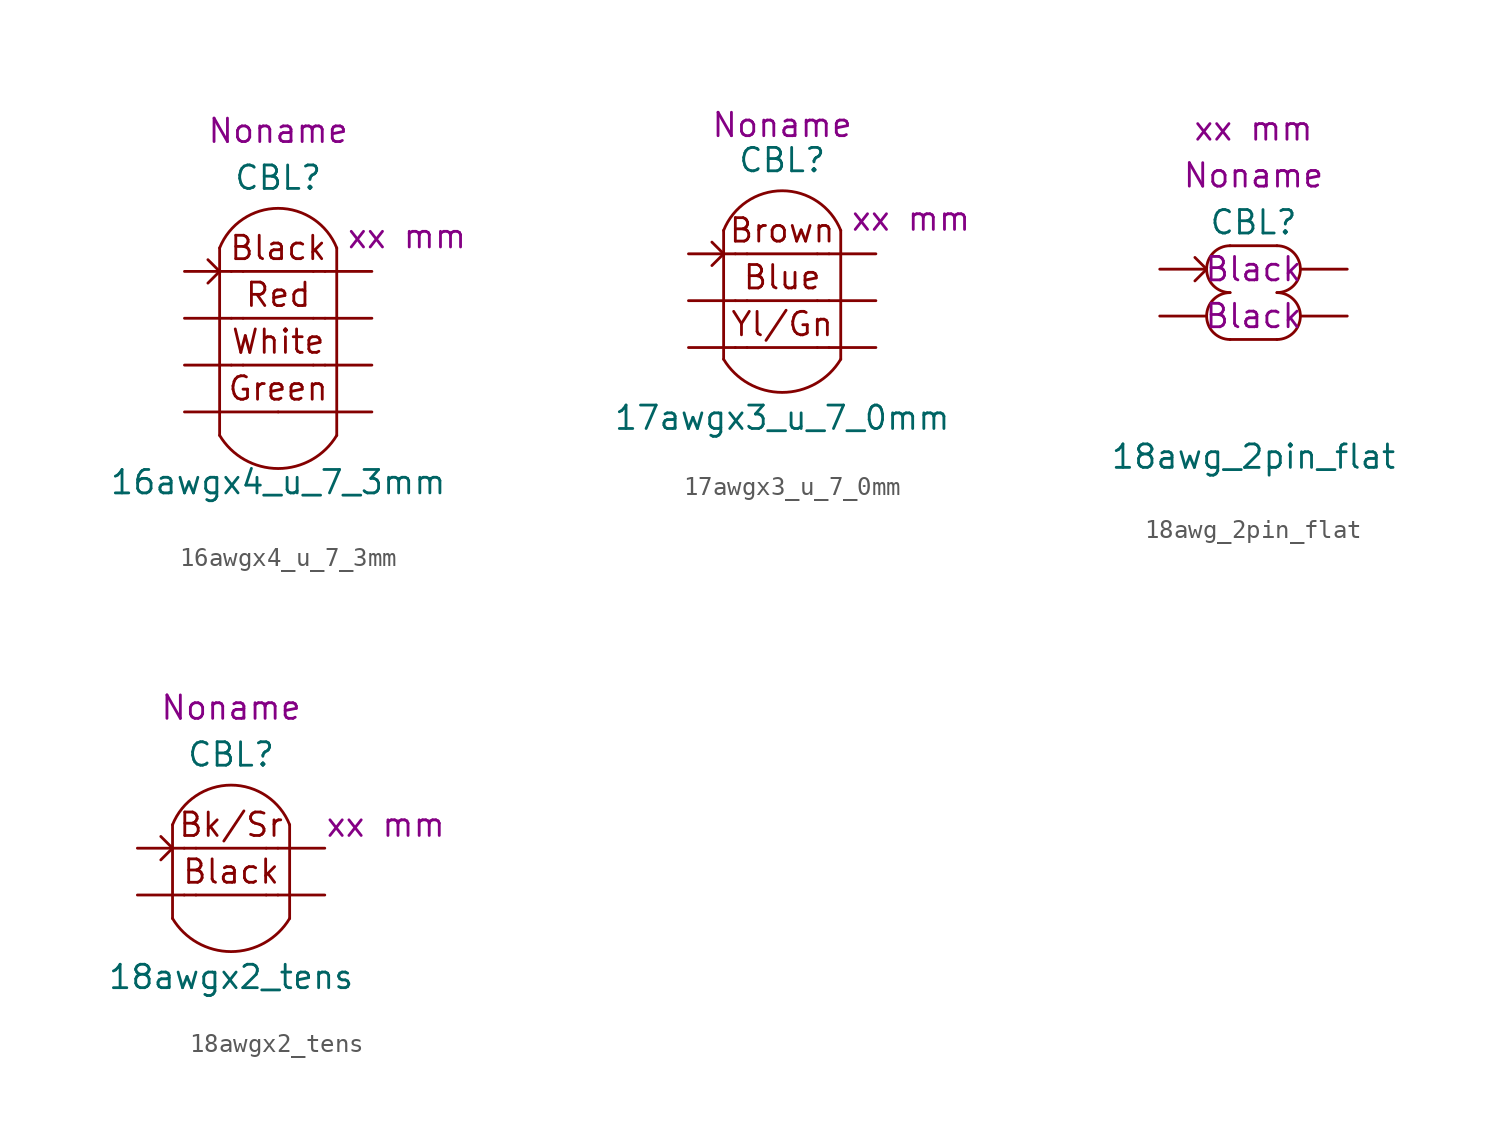
<source format=kicad_sym>
(kicad_symbol_lib
  (version 20211014)
  (generator kicad_symbol_editor)
  (symbol "16awgx4_u_7_3mm"
    (pin_numbers hide)
    (pin_names hide)
    (property "Reference" "CBL"
      (at 0 7.62 0)
      (effects (font (size 1.27 1.27))))
    (property "Value" "16awgx4_u_7_3mm"
      (at 0 -8.89 0)
      (effects (font (size 1.27 1.27))))
    (property "Length" "xx mm"
      (at 6.985 4.445 0)
      (effects (font (size 1.27 1.27))))
    (property "Harness_name" "Noname"
      (at 0 10.16 0)
      (effects (font (size 1.27 1.27))))
    (symbol "16awgx4_u_7_3mm_0_0"
      (arc (start -3.175 -6.35) (mid 0 -8.1477) (end 3.175 -6.35) (stroke (width 0) (type default) (color 0 0 0 0)) (fill (type none)))
      (polyline (pts (xy -3.175 3.81) (xy -3.175 -6.35)) (stroke (width 0) (type default) (color 0 0 0 0)) (fill (type none)))
      (polyline (pts (xy -1.905 -2.54) (xy 1.905 -2.54)) (stroke (width 0) (type default) (color 0 0 0 0)) (fill (type none)))
      (polyline (pts (xy -1.905 0) (xy 1.905 0)) (stroke (width 0) (type default) (color 0 0 0 0)) (fill (type none)))
      (polyline (pts (xy -1.905 2.54) (xy 1.905 2.54)) (stroke (width 0) (type default) (color 0 0 0 0)) (fill (type none)))
      (polyline (pts (xy 3.175 3.81) (xy 3.175 -6.35)) (stroke (width 0) (type default) (color 0 0 0 0)) (fill (type none)))
      (arc (start 3.175 3.81) (mid 0 5.9596) (end -3.175 3.81) (stroke (width 0) (type default) (color 0 0 0 0)) (fill (type none)))
      (text "Black" (at 0 3.81 0) (effects (font (size 1.27 1.27))))
      (text "Green" (at 0 -3.81 0) (effects (font (size 1.27 1.27))))
      (text "Red" (at 0 1.27 0) (effects (font (size 1.27 1.27))))
      (text "White" (at 0 -1.27 0) (effects (font (size 1.27 1.27))))
      (pin passive line (at -5.08 -5.08 0) (length 5.08) (name "C4.1" (effects (font (size 1.27 1.27)))) (number "7" (effects (font (size 1.27 1.27)))))
      (pin passive line (at 5.08 -5.08 180) (length 5.08) (name "C4.2" (effects (font (size 1.27 1.27)))) (number "8" (effects (font (size 1.27 1.27))))))
    (symbol "16awgx4_u_7_3mm_0_1"
      (polyline (pts (xy -1.905 -2.54) (xy -2.54 -2.54)) (stroke (width 0) (type default) (color 0 0 0 0)) (fill (type none)))
      (polyline (pts (xy -1.905 0) (xy -2.54 0)) (stroke (width 0) (type default) (color 0 0 0 0)) (fill (type none)))
      (polyline (pts (xy -1.905 2.54) (xy -2.54 2.54)) (stroke (width 0) (type default) (color 0 0 0 0)) (fill (type none)))
      (polyline (pts (xy 2.54 -2.54) (xy 1.905 -2.54)) (stroke (width 0) (type default) (color 0 0 0 0)) (fill (type none)))
      (polyline (pts (xy 2.54 0) (xy 1.905 0)) (stroke (width 0) (type default) (color 0 0 0 0)) (fill (type none)))
      (polyline (pts (xy 2.54 2.54) (xy 1.905 2.54)) (stroke (width 0) (type default) (color 0 0 0 0)) (fill (type none)))
      (polyline (pts (xy -3.81 3.175) (xy -3.175 2.54) (xy -3.81 1.905)) (stroke (width 0) (type default) (color 0 0 0 0)) (fill (type none))))
    (symbol "16awgx4_u_7_3mm_1_1"
      (pin passive line (at -5.08 2.54 0) (length 2.54) (name "C1.1" (effects (font (size 1.27 1.27)))) (number "1" (effects (font (size 1.27 1.27)))))
      (pin passive line (at 5.08 2.54 180) (length 2.54) (name "C1.2" (effects (font (size 1.27 1.27)))) (number "2" (effects (font (size 1.27 1.27)))))
      (pin passive line (at -5.08 0 0) (length 2.54) (name "C2.1" (effects (font (size 1.27 1.27)))) (number "3" (effects (font (size 1.27 1.27)))))
      (pin passive line (at 5.08 0 180) (length 2.54) (name "C2.2" (effects (font (size 1.27 1.27)))) (number "4" (effects (font (size 1.27 1.27)))))
      (pin passive line (at -5.08 -2.54 0) (length 2.54) (name "C3.1" (effects (font (size 1.27 1.27)))) (number "5" (effects (font (size 1.27 1.27)))))
      (pin passive line (at 5.08 -2.54 180) (length 2.54) (name "C3.2" (effects (font (size 1.27 1.27)))) (number "6" (effects (font (size 1.27 1.27)))))))
  (symbol "17awgx3_u_7_0mm"
    (pin_numbers hide)
    (pin_names hide)
    (property "Reference" "CBL"
      (at 0 7.62 0)
      (effects (font (size 1.27 1.27))))
    (property "Value" "17awgx3_u_7_0mm"
      (at 0 -6.35 0)
      (effects (font (size 1.27 1.27))))
    (property "Length" "xx mm"
      (at 6.985 4.445 0)
      (effects (font (size 1.27 1.27))))
    (property "Harness_name" "Noname"
      (at 0 9.525 0)
      (effects (font (size 1.27 1.27))))
    (symbol "17awgx3_u_7_0mm_0_0"
      (arc (start -3.175 -3.175) (mid 0 -4.9727) (end 3.175 -3.175) (stroke (width 0) (type default) (color 0 0 0 0)) (fill (type none)))
      (polyline (pts (xy -3.175 3.81) (xy -3.175 -3.175)) (stroke (width 0) (type default) (color 0 0 0 0)) (fill (type none)))
      (polyline (pts (xy -1.905 -2.54) (xy 1.905 -2.54)) (stroke (width 0) (type default) (color 0 0 0 0)) (fill (type none)))
      (polyline (pts (xy -1.905 0) (xy 1.905 0)) (stroke (width 0) (type default) (color 0 0 0 0)) (fill (type none)))
      (polyline (pts (xy -1.905 2.54) (xy 1.905 2.54)) (stroke (width 0) (type default) (color 0 0 0 0)) (fill (type none)))
      (polyline (pts (xy 3.175 3.81) (xy 3.175 -3.175)) (stroke (width 0) (type default) (color 0 0 0 0)) (fill (type none)))
      (arc (start 3.175 3.81) (mid 0 5.9596) (end -3.175 3.81) (stroke (width 0) (type default) (color 0 0 0 0)) (fill (type none)))
      (text "Blue" (at 0 1.27 0) (effects (font (size 1.27 1.27))))
      (text "Brown" (at 0 3.81 0) (effects (font (size 1.27 1.27))))
      (text "Yl/Gn" (at 0 -1.27 0) (effects (font (size 1.27 1.27)))))
    (symbol "17awgx3_u_7_0mm_0_1"
      (polyline (pts (xy -1.905 -2.54) (xy -2.54 -2.54)) (stroke (width 0) (type default) (color 0 0 0 0)) (fill (type none)))
      (polyline (pts (xy -1.905 0) (xy -2.54 0)) (stroke (width 0) (type default) (color 0 0 0 0)) (fill (type none)))
      (polyline (pts (xy -1.905 2.54) (xy -2.54 2.54)) (stroke (width 0) (type default) (color 0 0 0 0)) (fill (type none)))
      (polyline (pts (xy 2.54 -2.54) (xy 1.905 -2.54)) (stroke (width 0) (type default) (color 0 0 0 0)) (fill (type none)))
      (polyline (pts (xy 2.54 0) (xy 1.905 0)) (stroke (width 0) (type default) (color 0 0 0 0)) (fill (type none)))
      (polyline (pts (xy 2.54 2.54) (xy 1.905 2.54)) (stroke (width 0) (type default) (color 0 0 0 0)) (fill (type none)))
      (polyline (pts (xy -3.81 3.175) (xy -3.175 2.54) (xy -3.81 1.905)) (stroke (width 0) (type default) (color 0 0 0 0)) (fill (type none))))
    (symbol "17awgx3_u_7_0mm_1_1"
      (pin passive line (at -5.08 2.54 0) (length 2.54) (name "C1.1" (effects (font (size 1.27 1.27)))) (number "1" (effects (font (size 1.27 1.27)))))
      (pin passive line (at 5.08 2.54 180) (length 2.54) (name "C1.2" (effects (font (size 1.27 1.27)))) (number "2" (effects (font (size 1.27 1.27)))))
      (pin passive line (at -5.08 0 0) (length 2.54) (name "C2.1" (effects (font (size 1.27 1.27)))) (number "3" (effects (font (size 1.27 1.27)))))
      (pin passive line (at 5.08 0 180) (length 2.54) (name "C2.2" (effects (font (size 1.27 1.27)))) (number "4" (effects (font (size 1.27 1.27)))))
      (pin passive line (at -5.08 -2.54 0) (length 2.54) (name "C3.1" (effects (font (size 1.27 1.27)))) (number "5" (effects (font (size 1.27 1.27)))))
      (pin passive line (at 5.08 -2.54 180) (length 2.54) (name "C3.2" (effects (font (size 1.27 1.27)))) (number "6" (effects (font (size 1.27 1.27)))))))
  (symbol "18awg_2pin_flat"
    (pin_numbers hide)
    (pin_names hide)
    (property "Reference" "CBL"
      (at 0 13.97 0)
      (effects (font (size 1.27 1.27))))
    (property "Value" "18awg_2pin_flat"
      (at 0 1.27 0)
      (effects (font (size 1.27 1.27))))
    (property "color1" "Black"
      (at 0 11.43 0)
      (effects (font (size 1.27 1.27))))
    (property "color2" "Black"
      (at 0 8.89 0)
      (effects (font (size 1.27 1.27))))
    (property "Length" "xx mm"
      (at 0 19.05 0)
      (effects (font (size 1.27 1.27))))
    (property "Harness_name" "Noname"
      (at 0 16.51 0)
      (effects (font (size 1.27 1.27))))
    (symbol "18awg_2pin_flat_0_0"
      (arc (start -1.27 12.7) (mid -2.54 11.43) (end -1.27 10.16) (stroke (width 0) (type default) (color 0 0 0 0)) (fill (type none)))
      (polyline (pts (xy -1.27 7.62) (xy 1.27 7.62)) (stroke (width 0) (type default) (color 0 0 0 0)) (fill (type none)))
      (polyline (pts (xy -1.27 12.7) (xy 1.27 12.7)) (stroke (width 0) (type default) (color 0 0 0 0)) (fill (type none))))
    (symbol "18awg_2pin_flat_0_1"
      (polyline (pts (xy -3.175 12.065) (xy -2.54 11.43) (xy -3.175 10.795)) (stroke (width 0) (type default) (color 0 0 0 0)) (fill (type none))))
    (symbol "18awg_2pin_flat_1_1"
      (arc (start -1.27 10.16) (mid -2.54 8.89) (end -1.27 7.62) (stroke (width 0) (type default) (color 0 0 0 0)) (fill (type none)))
      (arc (start 1.27 7.62) (mid 2.54 8.89) (end 1.27 10.16) (stroke (width 0) (type default) (color 0 0 0 0)) (fill (type none)))
      (arc (start 1.27 10.16) (mid 2.54 11.43) (end 1.27 12.7) (stroke (width 0) (type default) (color 0 0 0 0)) (fill (type none)))
      (pin passive line (at -5.08 11.43 0) (length 2.54) (name "C1.1" (effects (font (size 1.27 1.27)))) (number "1" (effects (font (size 1.27 1.27)))))
      (pin passive line (at 5.08 11.43 180) (length 2.54) (name "C1.2" (effects (font (size 1.27 1.27)))) (number "2" (effects (font (size 1.27 1.27)))))
      (pin passive line (at -5.08 8.89 0) (length 2.54) (name "C2.1" (effects (font (size 1.27 1.27)))) (number "3" (effects (font (size 1.27 1.27)))))
      (pin passive line (at 5.08 8.89 180) (length 2.54) (name "C2.2" (effects (font (size 1.27 1.27)))) (number "4" (effects (font (size 1.27 1.27)))))))
  (symbol "18awgx2_tens"
    (pin_numbers hide)
    (pin_names hide)
    (property "Reference" "CBL"
      (at 0 7.62 0)
      (effects (font (size 1.27 1.27))))
    (property "Value" "18awgx2_tens"
      (at 0 -4.445 0)
      (effects (font (size 1.27 1.27))))
    (property "Length" "xx mm"
      (at 5.08 3.81 0)
      (effects (font (size 1.27 1.27)) (justify left)))
    (property "Harness_name" "Noname"
      (at 0 10.16 0)
      (effects (font (size 1.27 1.27))))
    (symbol "18awgx2_tens_0_0"
      (arc (start -3.175 -1.27) (mid 0 -3.0677) (end 3.175 -1.27) (stroke (width 0) (type default) (color 0 0 0 0)) (fill (type none)))
      (polyline (pts (xy -3.175 3.81) (xy -3.175 -1.27)) (stroke (width 0) (type default) (color 0 0 0 0)) (fill (type none)))
      (polyline (pts (xy -1.905 0) (xy 1.905 0)) (stroke (width 0) (type default) (color 0 0 0 0)) (fill (type none)))
      (polyline (pts (xy -1.905 2.54) (xy 1.905 2.54)) (stroke (width 0) (type default) (color 0 0 0 0)) (fill (type none)))
      (polyline (pts (xy 3.175 3.81) (xy 3.175 -1.27)) (stroke (width 0) (type default) (color 0 0 0 0)) (fill (type none)))
      (arc (start 3.175 3.81) (mid 0 5.9596) (end -3.175 3.81) (stroke (width 0) (type default) (color 0 0 0 0)) (fill (type none)))
      (text "Bk/Sr" (at 0 3.81 0) (effects (font (size 1.27 1.27))))
      (text "Black" (at 0 1.27 0) (effects (font (size 1.27 1.27)))))
    (symbol "18awgx2_tens_0_1"
      (polyline (pts (xy -1.905 0) (xy -2.54 0)) (stroke (width 0) (type default) (color 0 0 0 0)) (fill (type none)))
      (polyline (pts (xy -1.905 2.54) (xy -2.54 2.54)) (stroke (width 0) (type default) (color 0 0 0 0)) (fill (type none)))
      (polyline (pts (xy 2.54 0) (xy 1.905 0)) (stroke (width 0) (type default) (color 0 0 0 0)) (fill (type none)))
      (polyline (pts (xy 2.54 2.54) (xy 1.905 2.54)) (stroke (width 0) (type default) (color 0 0 0 0)) (fill (type none)))
      (polyline (pts (xy -3.81 3.175) (xy -3.175 2.54) (xy -3.81 1.905)) (stroke (width 0) (type default) (color 0 0 0 0)) (fill (type none))))
    (symbol "18awgx2_tens_1_1"
      (pin passive line (at -5.08 2.54 0) (length 2.54) (name "C1.1" (effects (font (size 1.27 1.27)))) (number "1" (effects (font (size 1.27 1.27)))))
      (pin passive line (at 5.08 2.54 180) (length 2.54) (name "C1.2" (effects (font (size 1.27 1.27)))) (number "2" (effects (font (size 1.27 1.27)))))
      (pin passive line (at -5.08 0 0) (length 2.54) (name "C2.1" (effects (font (size 1.27 1.27)))) (number "3" (effects (font (size 1.27 1.27)))))
      (pin passive line (at 5.08 0 180) (length 2.54) (name "C2.2" (effects (font (size 1.27 1.27)))) (number "4" (effects (font (size 1.27 1.27))))))))
</source>
